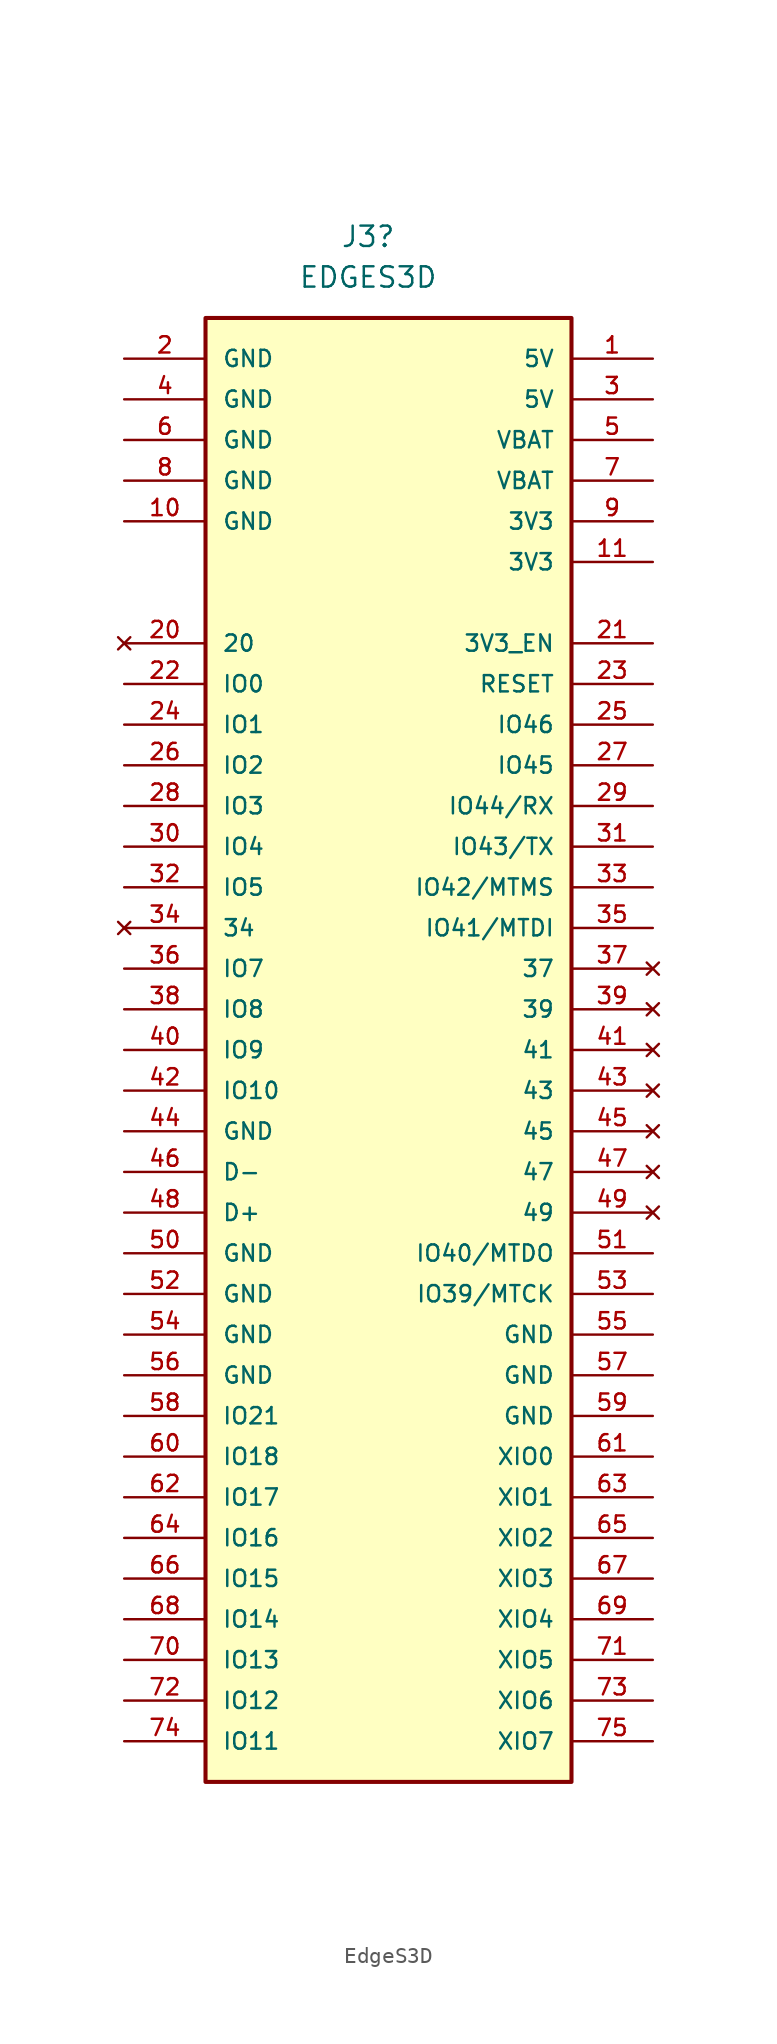
<source format=kicad_sym>
(kicad_symbol_lib
  (version 20241209)
  (generator "kicad_symbol_editor")
  (generator_version "9.0")
  (symbol "EdgeS3D"
    (pin_names
      (offset 1.016))
    (property "Reference" "J3"
      (at 10.16 5.08 0)
      (effects (font (size 1.27 1.27))))
    (property "Value" "EDGES3D"
      (at 10.16 2.54 0)
      (effects (font (size 1.27 1.27))))
    (symbol "EdgeS3D_0_0"
      (rectangle (start 0 0) (end 22.86 -91.44) (stroke (width 0.254) (type default)) (fill (type background))))
    (symbol "EdgeS3D_1_0"
      (pin passive line (at -5.08 -2.54 0) (length 5.08) (name "GND" (effects (font (size 1.016 1.016)))) (number "2" (effects (font (size 1.016 1.016)))))
      (pin passive line (at -5.08 -5.08 0) (length 5.08) (name "GND" (effects (font (size 1.016 1.016)))) (number "4" (effects (font (size 1.016 1.016)))))
      (pin passive line (at -5.08 -7.62 0) (length 5.08) (name "GND" (effects (font (size 1.016 1.016)))) (number "6" (effects (font (size 1.016 1.016)))))
      (pin passive line (at -5.08 -10.16 0) (length 5.08) (name "GND" (effects (font (size 1.016 1.016)))) (number "8" (effects (font (size 1.016 1.016)))))
      (pin passive line (at -5.08 -12.7 0) (length 5.08) (name "GND" (effects (font (size 1.016 1.016)))) (number "10" (effects (font (size 1.016 1.016)))))
      (pin no_connect line (at -5.08 -20.32 0) (length 5.08) (name "20" (effects (font (size 1.016 1.016)))) (number "20" (effects (font (size 1.016 1.016)))))
      (pin passive line (at -5.08 -22.86 0) (length 5.08) (name "IO0" (effects (font (size 1.016 1.016)))) (number "22" (effects (font (size 1.016 1.016)))))
      (pin passive line (at -5.08 -25.4 0) (length 5.08) (name "IO1" (effects (font (size 1.016 1.016)))) (number "24" (effects (font (size 1.016 1.016)))))
      (pin passive line (at -5.08 -27.94 0) (length 5.08) (name "IO2" (effects (font (size 1.016 1.016)))) (number "26" (effects (font (size 1.016 1.016)))))
      (pin passive line (at -5.08 -30.48 0) (length 5.08) (name "IO3" (effects (font (size 1.016 1.016)))) (number "28" (effects (font (size 1.016 1.016)))))
      (pin passive line (at -5.08 -33.02 0) (length 5.08) (name "IO4" (effects (font (size 1.016 1.016)))) (number "30" (effects (font (size 1.016 1.016)))))
      (pin passive line (at -5.08 -35.56 0) (length 5.08) (name "IO5" (effects (font (size 1.016 1.016)))) (number "32" (effects (font (size 1.016 1.016)))))
      (pin no_connect line (at -5.08 -38.1 0) (length 5.08) (name "34" (effects (font (size 1.016 1.016)))) (number "34" (effects (font (size 1.016 1.016)))))
      (pin passive line (at -5.08 -40.64 0) (length 5.08) (name "IO7" (effects (font (size 1.016 1.016)))) (number "36" (effects (font (size 1.016 1.016)))))
      (pin passive line (at -5.08 -43.18 0) (length 5.08) (name "IO8" (effects (font (size 1.016 1.016)))) (number "38" (effects (font (size 1.016 1.016)))))
      (pin passive line (at -5.08 -45.72 0) (length 5.08) (name "IO9" (effects (font (size 1.016 1.016)))) (number "40" (effects (font (size 1.016 1.016)))))
      (pin passive line (at -5.08 -48.26 0) (length 5.08) (name "IO10" (effects (font (size 1.016 1.016)))) (number "42" (effects (font (size 1.016 1.016)))))
      (pin passive line (at -5.08 -50.8 0) (length 5.08) (name "GND" (effects (font (size 1.016 1.016)))) (number "44" (effects (font (size 1.016 1.016)))))
      (pin passive line (at -5.08 -53.34 0) (length 5.08) (name "D-" (effects (font (size 1.016 1.016)))) (number "46" (effects (font (size 1.016 1.016)))))
      (pin passive line (at -5.08 -55.88 0) (length 5.08) (name "D+" (effects (font (size 1.016 1.016)))) (number "48" (effects (font (size 1.016 1.016)))))
      (pin passive line (at -5.08 -58.42 0) (length 5.08) (name "GND" (effects (font (size 1.016 1.016)))) (number "50" (effects (font (size 1.016 1.016)))))
      (pin passive line (at -5.08 -60.96 0) (length 5.08) (name "GND" (effects (font (size 1.016 1.016)))) (number "52" (effects (font (size 1.016 1.016)))))
      (pin passive line (at -5.08 -63.5 0) (length 5.08) (name "GND" (effects (font (size 1.016 1.016)))) (number "54" (effects (font (size 1.016 1.016)))))
      (pin passive line (at -5.08 -66.04 0) (length 5.08) (name "GND" (effects (font (size 1.016 1.016)))) (number "56" (effects (font (size 1.016 1.016)))))
      (pin passive line (at -5.08 -68.58 0) (length 5.08) (name "IO21" (effects (font (size 1.016 1.016)))) (number "58" (effects (font (size 1.016 1.016)))))
      (pin passive line (at -5.08 -71.12 0) (length 5.08) (name "IO18" (effects (font (size 1.016 1.016)))) (number "60" (effects (font (size 1.016 1.016)))))
      (pin passive line (at -5.08 -73.66 0) (length 5.08) (name "IO17" (effects (font (size 1.016 1.016)))) (number "62" (effects (font (size 1.016 1.016)))))
      (pin passive line (at -5.08 -76.2 0) (length 5.08) (name "IO16" (effects (font (size 1.016 1.016)))) (number "64" (effects (font (size 1.016 1.016)))))
      (pin passive line (at -5.08 -78.74 0) (length 5.08) (name "IO15" (effects (font (size 1.016 1.016)))) (number "66" (effects (font (size 1.016 1.016)))))
      (pin passive line (at -5.08 -81.28 0) (length 5.08) (name "IO14" (effects (font (size 1.016 1.016)))) (number "68" (effects (font (size 1.016 1.016)))))
      (pin passive line (at -5.08 -83.82 0) (length 5.08) (name "IO13" (effects (font (size 1.016 1.016)))) (number "70" (effects (font (size 1.016 1.016)))))
      (pin passive line (at -5.08 -86.36 0) (length 5.08) (name "IO12" (effects (font (size 1.016 1.016)))) (number "72" (effects (font (size 1.016 1.016)))))
      (pin passive line (at -5.08 -88.9 0) (length 5.08) (name "IO11" (effects (font (size 1.016 1.016)))) (number "74" (effects (font (size 1.016 1.016)))))
      (pin passive line (at 27.94 -2.54 180) (length 5.08) (name "5V" (effects (font (size 1.016 1.016)))) (number "1" (effects (font (size 1.016 1.016)))))
      (pin passive line (at 27.94 -5.08 180) (length 5.08) (name "5V" (effects (font (size 1.016 1.016)))) (number "3" (effects (font (size 1.016 1.016)))))
      (pin passive line (at 27.94 -7.62 180) (length 5.08) (name "VBAT" (effects (font (size 1.016 1.016)))) (number "5" (effects (font (size 1.016 1.016)))))
      (pin passive line (at 27.94 -10.16 180) (length 5.08) (name "VBAT" (effects (font (size 1.016 1.016)))) (number "7" (effects (font (size 1.016 1.016)))))
      (pin passive line (at 27.94 -12.7 180) (length 5.08) (name "3V3" (effects (font (size 1.016 1.016)))) (number "9" (effects (font (size 1.016 1.016)))))
      (pin passive line (at 27.94 -15.24 180) (length 5.08) (name "3V3" (effects (font (size 1.016 1.016)))) (number "11" (effects (font (size 1.016 1.016)))))
      (pin passive line (at 27.94 -20.32 180) (length 5.08) (name "3V3_EN" (effects (font (size 1.016 1.016)))) (number "21" (effects (font (size 1.016 1.016)))))
      (pin passive line (at 27.94 -22.86 180) (length 5.08) (name "RESET" (effects (font (size 1.016 1.016)))) (number "23" (effects (font (size 1.016 1.016)))))
      (pin passive line (at 27.94 -25.4 180) (length 5.08) (name "IO46" (effects (font (size 1.016 1.016)))) (number "25" (effects (font (size 1.016 1.016)))))
      (pin passive line (at 27.94 -27.94 180) (length 5.08) (name "IO45" (effects (font (size 1.016 1.016)))) (number "27" (effects (font (size 1.016 1.016)))))
      (pin passive line (at 27.94 -30.48 180) (length 5.08) (name "IO44/RX" (effects (font (size 1.016 1.016)))) (number "29" (effects (font (size 1.016 1.016)))))
      (pin passive line (at 27.94 -33.02 180) (length 5.08) (name "IO43/TX" (effects (font (size 1.016 1.016)))) (number "31" (effects (font (size 1.016 1.016)))))
      (pin passive line (at 27.94 -35.56 180) (length 5.08) (name "IO42/MTMS" (effects (font (size 1.016 1.016)))) (number "33" (effects (font (size 1.016 1.016)))))
      (pin passive line (at 27.94 -38.1 180) (length 5.08) (name "IO41/MTDI" (effects (font (size 1.016 1.016)))) (number "35" (effects (font (size 1.016 1.016)))))
      (pin no_connect line (at 27.94 -40.64 180) (length 5.08) (name "37" (effects (font (size 1.016 1.016)))) (number "37" (effects (font (size 1.016 1.016)))))
      (pin no_connect line (at 27.94 -43.18 180) (length 5.08) (name "39" (effects (font (size 1.016 1.016)))) (number "39" (effects (font (size 1.016 1.016)))))
      (pin no_connect line (at 27.94 -45.72 180) (length 5.08) (name "41" (effects (font (size 1.016 1.016)))) (number "41" (effects (font (size 1.016 1.016)))))
      (pin no_connect line (at 27.94 -48.26 180) (length 5.08) (name "43" (effects (font (size 1.016 1.016)))) (number "43" (effects (font (size 1.016 1.016)))))
      (pin no_connect line (at 27.94 -50.8 180) (length 5.08) (name "45" (effects (font (size 1.016 1.016)))) (number "45" (effects (font (size 1.016 1.016)))))
      (pin no_connect line (at 27.94 -53.34 180) (length 5.08) (name "47" (effects (font (size 1.016 1.016)))) (number "47" (effects (font (size 1.016 1.016)))))
      (pin no_connect line (at 27.94 -55.88 180) (length 5.08) (name "49" (effects (font (size 1.016 1.016)))) (number "49" (effects (font (size 1.016 1.016)))))
      (pin passive line (at 27.94 -58.42 180) (length 5.08) (name "IO40/MTDO" (effects (font (size 1.016 1.016)))) (number "51" (effects (font (size 1.016 1.016)))))
      (pin passive line (at 27.94 -60.96 180) (length 5.08) (name "IO39/MTCK" (effects (font (size 1.016 1.016)))) (number "53" (effects (font (size 1.016 1.016)))))
      (pin passive line (at 27.94 -63.5 180) (length 5.08) (name "GND" (effects (font (size 1.016 1.016)))) (number "55" (effects (font (size 1.016 1.016)))))
      (pin passive line (at 27.94 -66.04 180) (length 5.08) (name "GND" (effects (font (size 1.016 1.016)))) (number "57" (effects (font (size 1.016 1.016)))))
      (pin passive line (at 27.94 -68.58 180) (length 5.08) (name "GND" (effects (font (size 1.016 1.016)))) (number "59" (effects (font (size 1.016 1.016)))))
      (pin passive line (at 27.94 -71.12 180) (length 5.08) (name "XIO0" (effects (font (size 1.016 1.016)))) (number "61" (effects (font (size 1.016 1.016)))))
      (pin passive line (at 27.94 -73.66 180) (length 5.08) (name "XIO1" (effects (font (size 1.016 1.016)))) (number "63" (effects (font (size 1.016 1.016)))))
      (pin passive line (at 27.94 -76.2 180) (length 5.08) (name "XIO2" (effects (font (size 1.016 1.016)))) (number "65" (effects (font (size 1.016 1.016)))))
      (pin passive line (at 27.94 -78.74 180) (length 5.08) (name "XIO3" (effects (font (size 1.016 1.016)))) (number "67" (effects (font (size 1.016 1.016)))))
      (pin passive line (at 27.94 -81.28 180) (length 5.08) (name "XIO4" (effects (font (size 1.016 1.016)))) (number "69" (effects (font (size 1.016 1.016)))))
      (pin passive line (at 27.94 -83.82 180) (length 5.08) (name "XIO5" (effects (font (size 1.016 1.016)))) (number "71" (effects (font (size 1.016 1.016)))))
      (pin passive line (at 27.94 -86.36 180) (length 5.08) (name "XIO6" (effects (font (size 1.016 1.016)))) (number "73" (effects (font (size 1.016 1.016)))))
      (pin passive line (at 27.94 -88.9 180) (length 5.08) (name "XIO7" (effects (font (size 1.016 1.016)))) (number "75" (effects (font (size 1.016 1.016))))))))
</source>
